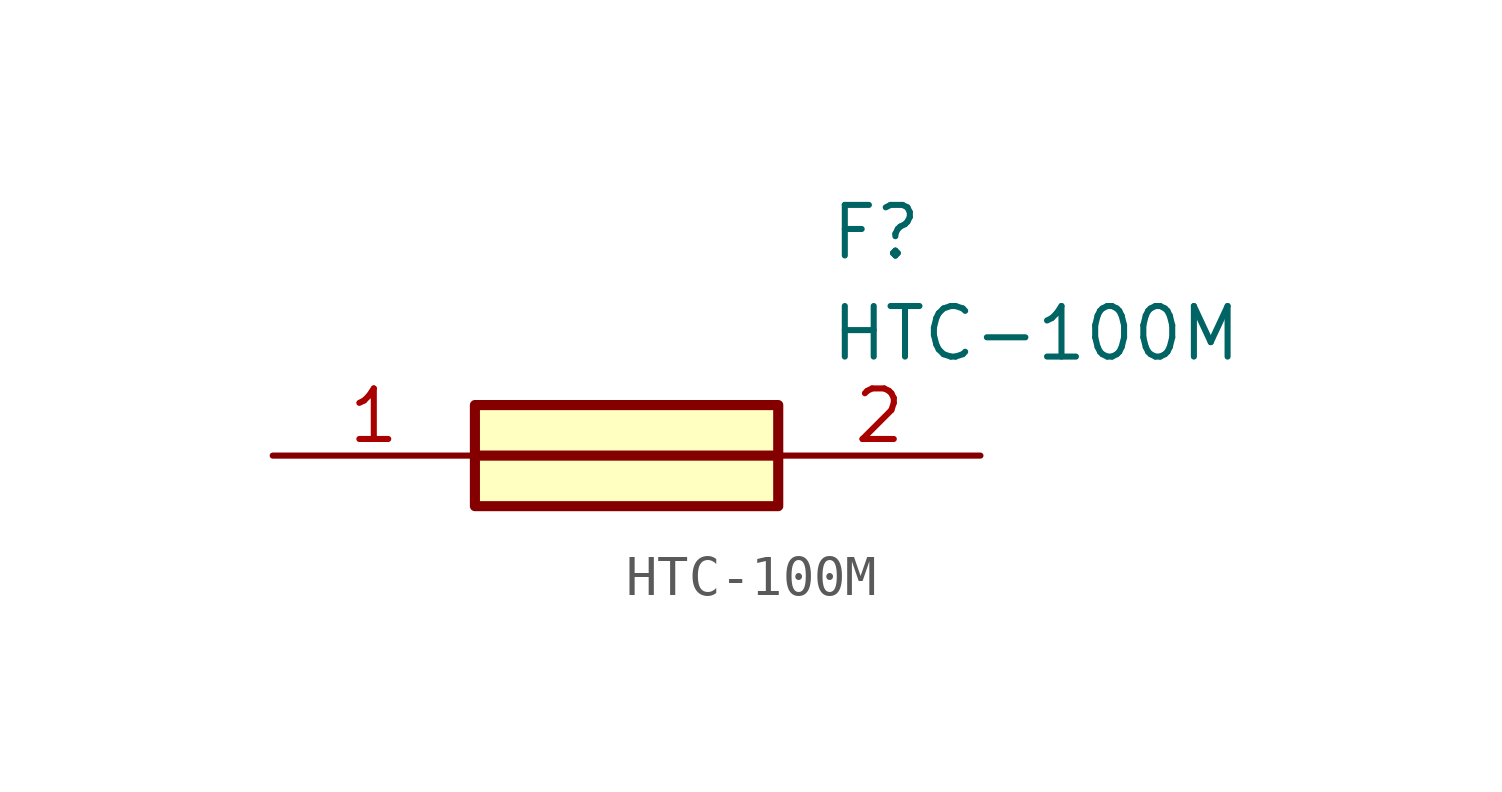
<source format=kicad_sym>
(kicad_symbol_lib
  (version 20211014)
  (generator SamacSys_ECAD_Model)
  (symbol "HTC-100M"
    (pin_names hide)
    (property "Reference" "F"
      (at 13.97 6.35 0)
      (effects (font (size 1.27 1.27)) (justify left top)))
    (property "Value" "HTC-100M"
      (at 13.97 3.81 0)
      (effects (font (size 1.27 1.27)) (justify left top)))
    (rectangle
      (start 5.08 1.27)
      (end 12.7 -1.27)
      (stroke (width 0.254) (type default))
      (fill (type background)))
    (polyline
      (pts (xy 5.08 0) (xy 12.7 0))
      (stroke (width 0.254) (type default))
      (fill (type none)))
    (pin passive line
      (at 0 0 0)
      (length 5.08)
      (name "1" (effects (font (size 1.27 1.27))))
      (number "1" (effects (font (size 1.27 1.27)))))
    (pin passive line
      (at 17.78 0 180)
      (length 5.08)
      (name "2" (effects (font (size 1.27 1.27))))
      (number "2" (effects (font (size 1.27 1.27)))))))
</source>
